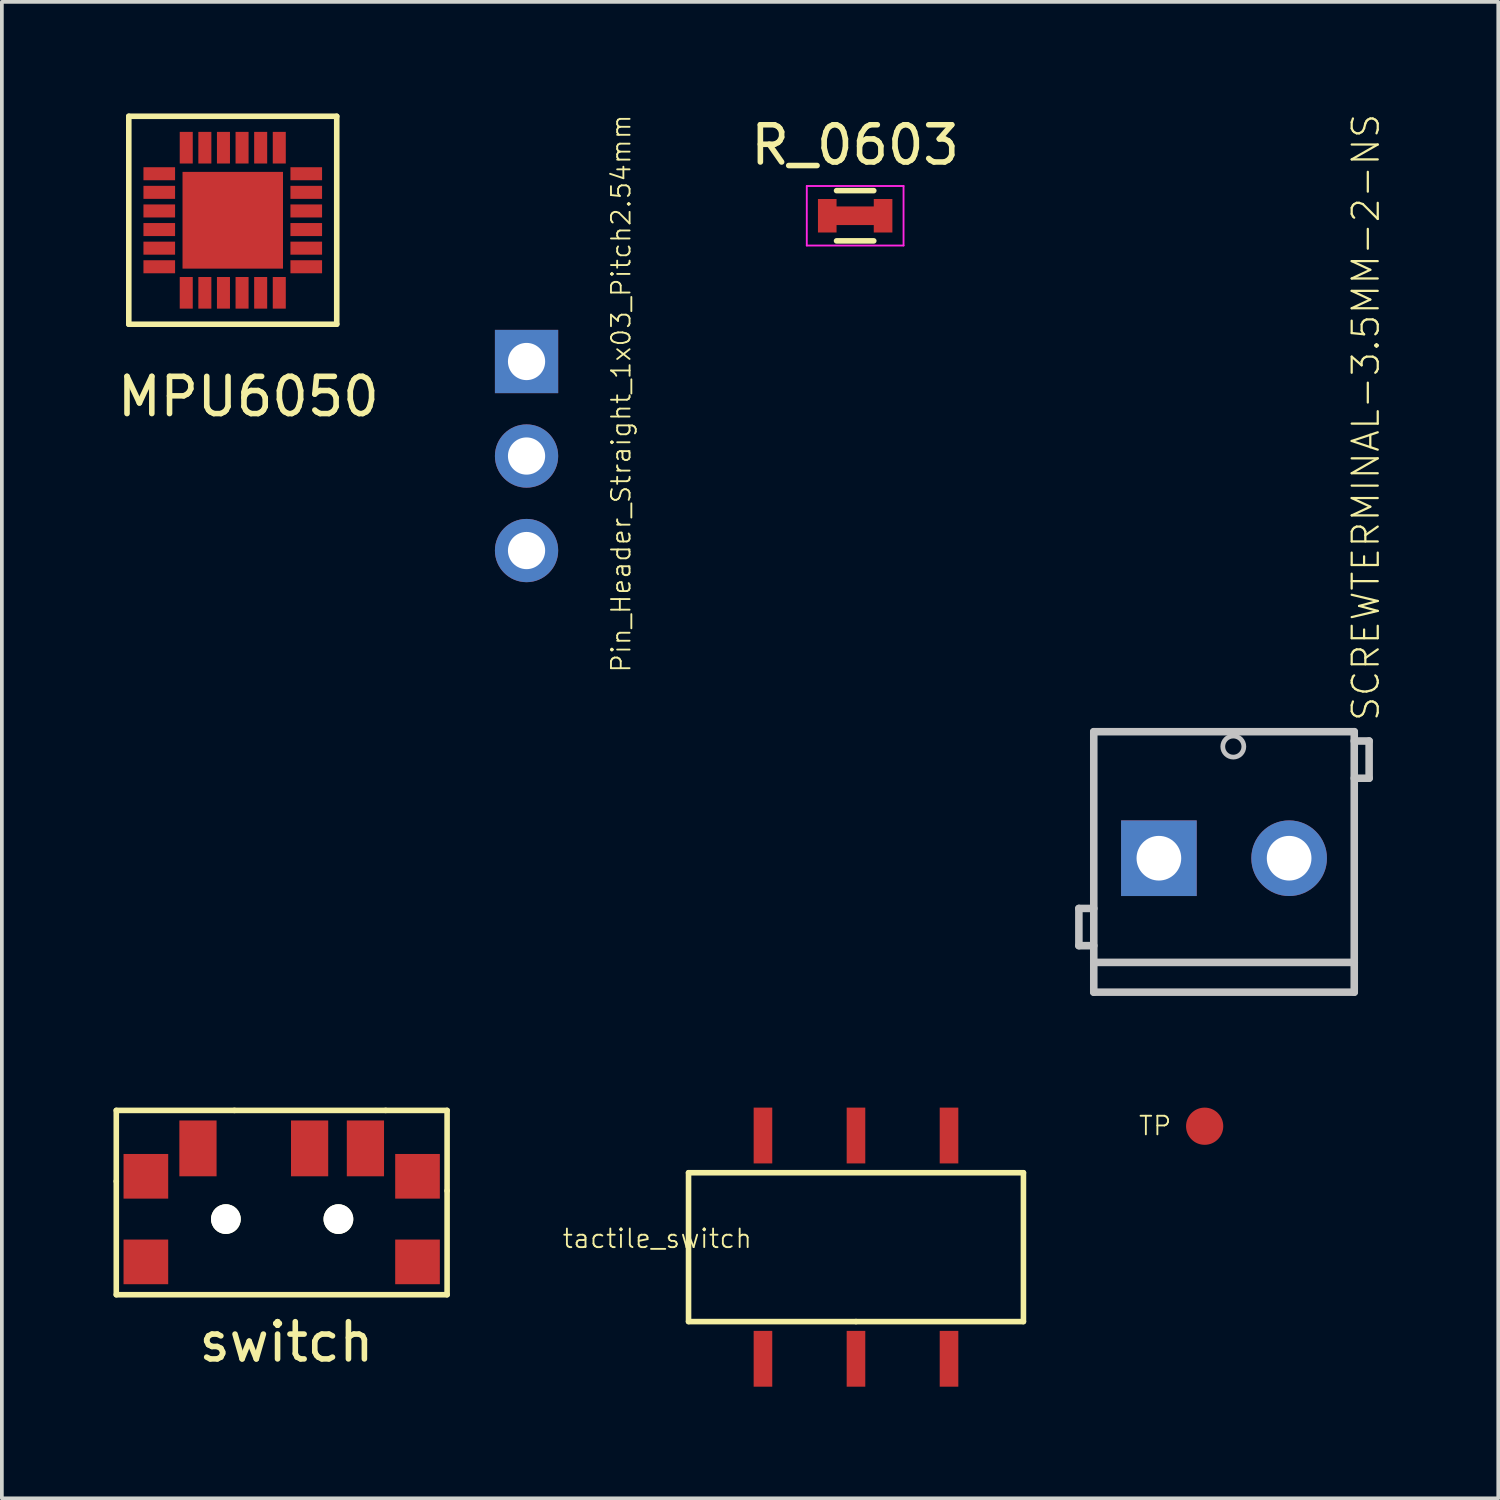
<source format=kicad_pcb>
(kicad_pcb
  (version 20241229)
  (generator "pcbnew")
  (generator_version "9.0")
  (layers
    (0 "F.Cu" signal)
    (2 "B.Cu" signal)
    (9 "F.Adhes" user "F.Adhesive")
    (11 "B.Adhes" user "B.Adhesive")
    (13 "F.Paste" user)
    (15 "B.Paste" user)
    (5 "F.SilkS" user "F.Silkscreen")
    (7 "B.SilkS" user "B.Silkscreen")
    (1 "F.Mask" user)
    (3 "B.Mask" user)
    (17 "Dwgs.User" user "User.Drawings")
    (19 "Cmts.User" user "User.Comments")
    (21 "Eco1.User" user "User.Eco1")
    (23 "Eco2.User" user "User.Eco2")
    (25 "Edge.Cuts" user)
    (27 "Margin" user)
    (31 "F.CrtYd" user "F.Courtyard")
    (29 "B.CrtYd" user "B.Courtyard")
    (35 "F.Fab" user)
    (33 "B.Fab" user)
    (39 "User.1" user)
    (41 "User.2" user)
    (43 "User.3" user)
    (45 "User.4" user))
  (footprint "Pin_Header_Straight_1x03_Pitch2.54mm"
    (layer "F.Cu")
    (at 11.1 6.665)
    (property "Reference" "Pin_Header_Straight_1x03_Pitch2.54mm" (at 2.54 0.86 90) (layer "F.SilkS") (effects (font (size 0.5 0.5) (thickness 0.05))))
    (attr through_hole)
    (pad "1" thru_hole rect (at 0 0) (size 1.7 1.7) (drill 1) (layers "*.Cu" "*.Mask"))
    (pad "2" thru_hole oval (at 0 2.54) (size 1.7 1.7) (drill 1) (layers "*.Cu" "*.Mask"))
    (pad "3" thru_hole oval (at 0 5.08) (size 1.7 1.7) (drill 1) (layers "*.Cu" "*.Mask")))
  (footprint "MPU6050"
    (layer "F.Cu")
    (at 3.205 2.869)
    (property "Reference" "MPU6050" (at 0.42 4.74 0) (layer "F.SilkS") (effects (font (size 1 1) (thickness 0.15))))
    (attr through_hole)
    (fp_line (start -2.794 -2.794) (end -2.794 2.794) (stroke (width 0.15) (type solid)) (layer "F.SilkS"))
    (fp_line (start -2.794 2.794) (end 2.794 2.794) (stroke (width 0.15) (type solid)) (layer "F.SilkS"))
    (fp_line (start 2.794 -2.794) (end -2.794 -2.794) (stroke (width 0.15) (type solid)) (layer "F.SilkS"))
    (fp_line (start 2.794 2.794) (end 2.794 -2.794) (stroke (width 0.15) (type solid)) (layer "F.SilkS"))
    (pad "" smd rect (at 0 0) (size 2.7 2.6) (layers "F.Cu" "F.Mask" "F.Paste"))
    (pad "1" smd rect (at -1.975 -1.25) (size 0.85 0.35) (layers "F.Cu" "F.Mask" "F.Paste"))
    (pad "2" smd rect (at -1.975 -0.75) (size 0.85 0.35) (layers "F.Cu" "F.Mask" "F.Paste"))
    (pad "3" smd rect (at -1.975 -0.25) (size 0.85 0.35) (layers "F.Cu" "F.Mask" "F.Paste"))
    (pad "4" smd rect (at -1.975 0.25) (size 0.85 0.35) (layers "F.Cu" "F.Mask" "F.Paste"))
    (pad "5" smd rect (at -1.975 0.75) (size 0.85 0.35) (layers "F.Cu" "F.Mask" "F.Paste"))
    (pad "6" smd rect (at -1.975 1.25) (size 0.85 0.35) (layers "F.Cu" "F.Mask" "F.Paste"))
    (pad "7" smd rect (at -1.25 1.95) (size 0.35 0.85) (layers "F.Cu" "F.Mask" "F.Paste"))
    (pad "8" smd rect (at -0.75 1.95) (size 0.35 0.85) (layers "F.Cu" "F.Mask" "F.Paste"))
    (pad "9" smd rect (at -0.25 1.95) (size 0.35 0.85) (layers "F.Cu" "F.Mask" "F.Paste"))
    (pad "10" smd rect (at 0.25 1.95) (size 0.35 0.85) (layers "F.Cu" "F.Mask" "F.Paste"))
    (pad "11" smd rect (at 0.75 1.95) (size 0.35 0.85) (layers "F.Cu" "F.Mask" "F.Paste"))
    (pad "12" smd rect (at 1.25 1.95) (size 0.35 0.85) (layers "F.Cu" "F.Mask" "F.Paste"))
    (pad "13" smd rect (at 1.975 1.25) (size 0.85 0.35) (layers "F.Cu" "F.Mask" "F.Paste"))
    (pad "14" smd rect (at 1.975 0.75) (size 0.85 0.35) (layers "F.Cu" "F.Mask" "F.Paste"))
    (pad "15" smd rect (at 1.975 0.25) (size 0.85 0.35) (layers "F.Cu" "F.Mask" "F.Paste"))
    (pad "16" smd rect (at 1.975 -0.25) (size 0.85 0.35) (layers "F.Cu" "F.Mask" "F.Paste"))
    (pad "17" smd rect (at 1.975 -0.75) (size 0.85 0.35) (layers "F.Cu" "F.Mask" "F.Paste"))
    (pad "18" smd rect (at 1.975 -1.25) (size 0.85 0.35) (layers "F.Cu" "F.Mask" "F.Paste"))
    (pad "19" smd rect (at 1.25 -1.95) (size 0.35 0.85) (layers "F.Cu" "F.Mask" "F.Paste"))
    (pad "20" smd rect (at 0.75 -1.95) (size 0.35 0.85) (layers "F.Cu" "F.Mask" "F.Paste"))
    (pad "21" smd rect (at 0.25 -1.95) (size 0.35 0.85) (layers "F.Cu" "F.Mask" "F.Paste"))
    (pad "22" smd rect (at -0.25 -1.95) (size 0.35 0.85) (layers "F.Cu" "F.Mask" "F.Paste"))
    (pad "23" smd rect (at -0.75 -1.95) (size 0.35 0.85) (layers "F.Cu" "F.Mask" "F.Paste"))
    (pad "24" smd rect (at -1.25 -1.95) (size 0.35 0.85) (layers "F.Cu" "F.Mask" "F.Paste")))
  (footprint "R_0603"
    (layer "F.Cu")
    (at 19.931 2.748)
    (property "Reference" "R_0603" (at 0 -1.9 0) (layer "F.SilkS") (effects (font (size 1 1) (thickness 0.15))))
    (attr smd)
    (fp_line (start -0.5 -0.675) (end 0.5 -0.675) (stroke (width 0.15) (type solid)) (layer "F.SilkS"))
    (fp_line (start 0.5 0.675) (end -0.5 0.675) (stroke (width 0.15) (type solid)) (layer "F.SilkS"))
    (fp_line (start -1.3 -0.8) (end -1.3 0.8) (stroke (width 0.05) (type solid)) (layer "F.CrtYd"))
    (fp_line (start -1.3 -0.8) (end 1.3 -0.8) (stroke (width 0.05) (type solid)) (layer "F.CrtYd"))
    (fp_line (start -1.3 0.8) (end 1.3 0.8) (stroke (width 0.05) (type solid)) (layer "F.CrtYd"))
    (fp_line (start 1.3 -0.8) (end 1.3 0.8) (stroke (width 0.05) (type solid)) (layer "F.CrtYd"))
    (pad "1" smd rect (at -0.75 0) (size 0.5 0.9) (layers "F.Cu" "F.Mask" "F.Paste"))
    (pad "1" smd rect (at -0.05 0) (size 1.524 0.5) (layers "F.Cu" "F.Mask" "F.Paste"))
    (pad "2" smd rect (at 0.75 0) (size 0.5 0.9) (layers "F.Cu" "F.Mask" "F.Paste")))
  (footprint "TP"
    (layer "F.Cu")
    (at 29.323 27.215)
    (property "Reference" "TP" (at -1.33 -0.01 0) (layer "F.SilkS") (effects (font (size 0.5 0.5) (thickness 0.05))))
    (attr through_hole)
    (pad "1" smd circle (at 0 0) (size 1 1) (layers "F.Cu" "F.Mask" "F.Paste")))
  (footprint "SCREWTERMINAL-3.5MM-2-NS"
    (layer "F.Cu")
    (at 28.093 20.013)
    (property "Reference" "SCREWTERMINAL-3.5MM-2-NS" (at 5.97 -3.64 90) (layer "F.SilkS") (effects (font (size 0.7 0.7) (thickness 0.06)) (justify left bottom)))
    (attr through_hole)
    (fp_line (start -2.15 1.35) (end -2.15 2.35) (stroke (width 0.203) (type solid)) (layer "Dwgs.User"))
    (fp_line (start -2.15 2.35) (end -1.75 2.35) (stroke (width 0.203) (type solid)) (layer "Dwgs.User"))
    (fp_line (start -1.75 -3.4) (end 5.25 -3.4) (stroke (width 0.203) (type solid)) (layer "Dwgs.User"))
    (fp_line (start -1.75 1.35) (end -2.15 1.35) (stroke (width 0.203) (type solid)) (layer "Dwgs.User"))
    (fp_line (start -1.75 2.8) (end -1.75 -3.4) (stroke (width 0.203) (type solid)) (layer "Dwgs.User"))
    (fp_line (start -1.75 3.6) (end -1.75 2.8) (stroke (width 0.203) (type solid)) (layer "Dwgs.User"))
    (fp_line (start 5.25 -3.4) (end 5.25 2.8) (stroke (width 0.203) (type solid)) (layer "Dwgs.User"))
    (fp_line (start 5.25 -3.15) (end 5.65 -3.15) (stroke (width 0.203) (type solid)) (layer "Dwgs.User"))
    (fp_line (start 5.25 2.8) (end -1.75 2.8) (stroke (width 0.203) (type solid)) (layer "Dwgs.User"))
    (fp_line (start 5.25 2.8) (end 5.25 3.6) (stroke (width 0.203) (type solid)) (layer "Dwgs.User"))
    (fp_line (start 5.25 3.6) (end -1.75 3.6) (stroke (width 0.203) (type solid)) (layer "Dwgs.User"))
    (fp_line (start 5.65 -3.15) (end 5.65 -2.15) (stroke (width 0.203) (type solid)) (layer "Dwgs.User"))
    (fp_line (start 5.65 -2.15) (end 5.25 -2.15) (stroke (width 0.203) (type solid)) (layer "Dwgs.User"))
    (fp_circle (center 2 -3) (end 2.283 -3) (stroke (width 0.127) (type solid)) (fill no) (layer "Dwgs.User"))
    (pad "1" thru_hole rect (at 0 0) (size 2.032 2.032) (drill 1.2) (layers "*.Cu" "*.Mask"))
    (pad "2" thru_hole circle (at 3.5 0) (size 2.032 2.032) (drill 1.2) (layers "*.Cu" "*.Mask")))
  (footprint "tactile_switch"
    (layer "F.Cu")
    (at 19.953 30.465)
    (property "Reference" "tactile_switch" (at -5.34 -0.23 0) (layer "F.SilkS") (effects (font (size 0.5 0.5) (thickness 0.05))))
    (attr through_hole)
    (fp_line (start -4.5 -2) (end -4.5 2) (stroke (width 0.15) (type solid)) (layer "F.SilkS"))
    (fp_line (start -4.5 2) (end 0 2) (stroke (width 0.15) (type solid)) (layer "F.SilkS"))
    (fp_line (start 0 2) (end 4.5 2) (stroke (width 0.15) (type solid)) (layer "F.SilkS"))
    (fp_line (start 4.5 -2) (end -4.5 -2) (stroke (width 0.15) (type solid)) (layer "F.SilkS"))
    (fp_line (start 4.5 2) (end 4.5 -2) (stroke (width 0.15) (type solid)) (layer "F.SilkS"))
    (pad "" smd rect (at -2.5 -3) (size 0.5 1.5) (layers "F.Cu" "F.Mask" "F.Paste"))
    (pad "" smd rect (at -2.5 3) (size 0.5 1.5) (layers "F.Cu" "F.Mask" "F.Paste"))
    (pad "1" smd rect (at 2.5 3) (size 0.5 1.5) (layers "F.Cu" "F.Mask" "F.Paste"))
    (pad "2" smd rect (at 0 3) (size 0.5 1.5) (layers "F.Cu" "F.Mask" "F.Paste"))
    (pad "3" smd rect (at 2.5 -3) (size 0.5 1.5) (layers "F.Cu" "F.Mask" "F.Paste"))
    (pad "4" smd rect (at 0 -3) (size 0.5 1.5) (layers "F.Cu" "F.Mask" "F.Paste")))
  (footprint "switch"
    (layer "F.Cu")
    (at 4.52 29.711)
    (property "Reference" "switch" (at 0.127 3.302 0) (layer "F.SilkS") (effects (font (size 1 1) (thickness 0.15))))
    (attr through_hole)
    (fp_line (start -4.445 -2.921) (end -1.27 -2.921) (stroke (width 0.15) (type solid)) (layer "F.SilkS"))
    (fp_line (start -4.445 -1.016) (end -4.445 -2.921) (stroke (width 0.15) (type solid)) (layer "F.SilkS"))
    (fp_line (start -4.445 2.032) (end -4.445 -1.016) (stroke (width 0.15) (type solid)) (layer "F.SilkS"))
    (fp_line (start -1.27 -2.921) (end 2.794 -2.921) (stroke (width 0.15) (type solid)) (layer "F.SilkS"))
    (fp_line (start 2.794 -2.921) (end 4.445 -2.921) (stroke (width 0.15) (type solid)) (layer "F.SilkS"))
    (fp_line (start 4.445 -2.921) (end 4.445 -0.762) (stroke (width 0.15) (type solid)) (layer "F.SilkS"))
    (fp_line (start 4.445 -0.762) (end 4.445 2.032) (stroke (width 0.15) (type solid)) (layer "F.SilkS"))
    (fp_line (start 4.445 2.032) (end -4.445 2.032) (stroke (width 0.15) (type solid)) (layer "F.SilkS"))
    (pad "" smd rect (at -3.65 -1.15) (size 1.2 1.2) (layers "F.Cu" "F.Mask" "F.Paste"))
    (pad "" smd rect (at -3.65 1.15) (size 1.2 1.2) (layers "F.Cu" "F.Mask" "F.Paste"))
    (pad "" np_thru_hole circle (at -1.5 0) (size 0.8 0.8) (drill 0.8) (layers "*.Cu" "*.Mask" "F.SilkS"))
    (pad "" np_thru_hole circle (at 1.524 0) (size 0.8 0.8) (drill 0.8) (layers "*.Cu" "*.Mask" "F.SilkS"))
    (pad "" smd rect (at 3.65 -1.15) (size 1.2 1.2) (layers "F.Cu" "F.Mask" "F.Paste"))
    (pad "" smd rect (at 3.65 1.15) (size 1.2 1.2) (layers "F.Cu" "F.Mask" "F.Paste"))
    (pad "1" smd rect (at -2.25 -1.9) (size 1 1.5) (layers "F.Cu" "F.Mask" "F.Paste"))
    (pad "2" smd rect (at 0.75 -1.9) (size 1 1.5) (layers "F.Cu" "F.Mask" "F.Paste"))
    (pad "3" smd rect (at 2.25 -1.9) (size 1 1.5) (layers "F.Cu" "F.Mask" "F.Paste")))
  (gr_rect
    (start -3 -3)
    (end 37.213 37.215)
    (stroke (width 0.1) (type default))
    (fill no)
    (layer "Edge.Cuts")))
</source>
